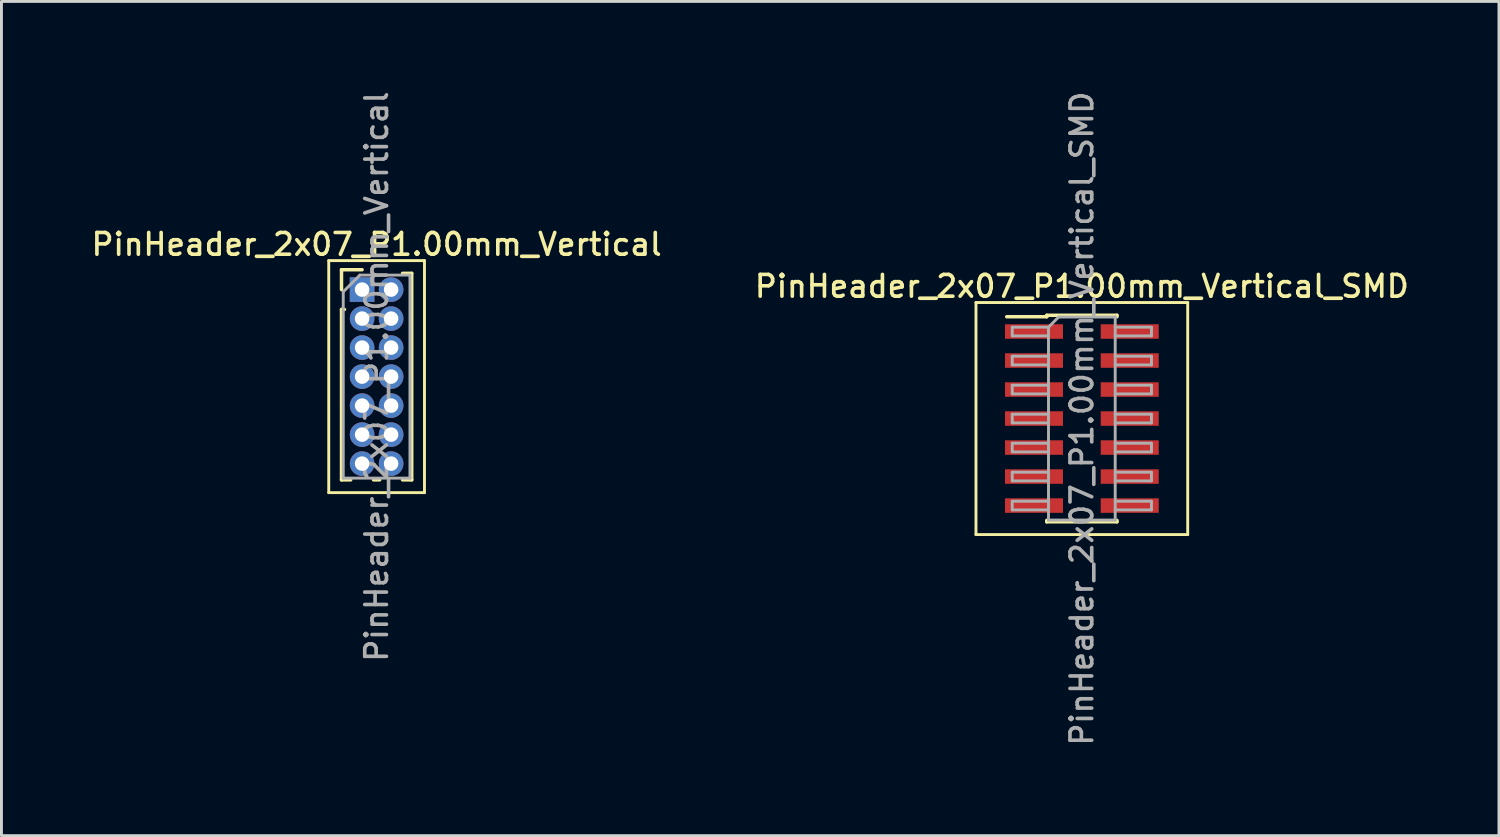
<source format=kicad_pcb>
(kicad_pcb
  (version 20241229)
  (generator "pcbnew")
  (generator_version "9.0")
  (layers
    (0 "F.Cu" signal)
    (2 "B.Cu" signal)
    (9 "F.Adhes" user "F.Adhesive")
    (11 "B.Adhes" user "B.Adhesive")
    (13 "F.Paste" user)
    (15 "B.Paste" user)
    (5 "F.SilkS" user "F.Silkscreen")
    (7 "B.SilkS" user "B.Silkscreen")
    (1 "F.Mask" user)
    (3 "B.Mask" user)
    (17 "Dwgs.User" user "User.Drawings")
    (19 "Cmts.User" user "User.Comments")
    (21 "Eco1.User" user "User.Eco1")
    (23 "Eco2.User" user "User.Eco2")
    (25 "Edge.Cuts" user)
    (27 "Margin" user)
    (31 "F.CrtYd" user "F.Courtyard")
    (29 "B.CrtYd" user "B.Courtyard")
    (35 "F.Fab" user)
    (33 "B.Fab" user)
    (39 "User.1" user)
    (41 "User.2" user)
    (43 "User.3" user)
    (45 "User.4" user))
  (footprint "PinHeader_2x07_P1.00mm_Vertical_SMD"
    (layer "F.Cu")
    (at 34.248 11.38)
    (property "Reference" "PinHeader_2x07_P1.00mm_Vertical_SMD" (at 0 -4.56 0) (layer "F.SilkS") (effects (font (size 0.75 0.75) (thickness 0.125))))
    (attr smd)
    (fp_line (start -3.65 -4) (end -3.65 4) (stroke (width 0.1) (type solid)) (layer "F.SilkS"))
    (fp_line (start -3.65 4) (end 3.65 4) (stroke (width 0.1) (type solid)) (layer "F.SilkS"))
    (fp_line (start -2.59 -3.51) (end -1.21 -3.51) (stroke (width 0.12) (type solid)) (layer "F.SilkS"))
    (fp_line (start -1.21 -3.56) (end -1.21 -3.51) (stroke (width 0.12) (type solid)) (layer "F.SilkS"))
    (fp_line (start -1.21 -3.56) (end 1.21 -3.56) (stroke (width 0.12) (type solid)) (layer "F.SilkS"))
    (fp_line (start -1.21 3.51) (end -1.21 3.56) (stroke (width 0.12) (type solid)) (layer "F.SilkS"))
    (fp_line (start -1.21 3.56) (end 1.21 3.56) (stroke (width 0.12) (type solid)) (layer "F.SilkS"))
    (fp_line (start 1.21 -3.56) (end 1.21 -3.51) (stroke (width 0.12) (type solid)) (layer "F.SilkS"))
    (fp_line (start 1.21 3.51) (end 1.21 3.56) (stroke (width 0.12) (type solid)) (layer "F.SilkS"))
    (fp_line (start 3.65 -4) (end -3.65 -4) (stroke (width 0.1) (type solid)) (layer "F.SilkS"))
    (fp_line (start 3.65 4) (end 3.65 -4) (stroke (width 0.1) (type solid)) (layer "F.SilkS"))
    (fp_line (start -2.4 -3.15) (end -2.4 -2.85) (stroke (width 0.1) (type solid)) (layer "F.Fab"))
    (fp_line (start -2.4 -2.85) (end -1.15 -2.85) (stroke (width 0.1) (type solid)) (layer "F.Fab"))
    (fp_line (start -2.4 -2.15) (end -2.4 -1.85) (stroke (width 0.1) (type solid)) (layer "F.Fab"))
    (fp_line (start -2.4 -1.85) (end -1.15 -1.85) (stroke (width 0.1) (type solid)) (layer "F.Fab"))
    (fp_line (start -2.4 -1.15) (end -2.4 -0.85) (stroke (width 0.1) (type solid)) (layer "F.Fab"))
    (fp_line (start -2.4 -0.85) (end -1.15 -0.85) (stroke (width 0.1) (type solid)) (layer "F.Fab"))
    (fp_line (start -2.4 -0.15) (end -2.4 0.15) (stroke (width 0.1) (type solid)) (layer "F.Fab"))
    (fp_line (start -2.4 0.15) (end -1.15 0.15) (stroke (width 0.1) (type solid)) (layer "F.Fab"))
    (fp_line (start -2.4 0.85) (end -2.4 1.15) (stroke (width 0.1) (type solid)) (layer "F.Fab"))
    (fp_line (start -2.4 1.15) (end -1.15 1.15) (stroke (width 0.1) (type solid)) (layer "F.Fab"))
    (fp_line (start -2.4 1.85) (end -2.4 2.15) (stroke (width 0.1) (type solid)) (layer "F.Fab"))
    (fp_line (start -2.4 2.15) (end -1.15 2.15) (stroke (width 0.1) (type solid)) (layer "F.Fab"))
    (fp_line (start -2.4 2.85) (end -2.4 3.15) (stroke (width 0.1) (type solid)) (layer "F.Fab"))
    (fp_line (start -2.4 3.15) (end -1.15 3.15) (stroke (width 0.1) (type solid)) (layer "F.Fab"))
    (fp_line (start -1.15 -3.15) (end -2.4 -3.15) (stroke (width 0.1) (type solid)) (layer "F.Fab"))
    (fp_line (start -1.15 -3.15) (end -0.8 -3.5) (stroke (width 0.1) (type solid)) (layer "F.Fab"))
    (fp_line (start -1.15 -2.15) (end -2.4 -2.15) (stroke (width 0.1) (type solid)) (layer "F.Fab"))
    (fp_line (start -1.15 -1.15) (end -2.4 -1.15) (stroke (width 0.1) (type solid)) (layer "F.Fab"))
    (fp_line (start -1.15 -0.15) (end -2.4 -0.15) (stroke (width 0.1) (type solid)) (layer "F.Fab"))
    (fp_line (start -1.15 0.85) (end -2.4 0.85) (stroke (width 0.1) (type solid)) (layer "F.Fab"))
    (fp_line (start -1.15 1.85) (end -2.4 1.85) (stroke (width 0.1) (type solid)) (layer "F.Fab"))
    (fp_line (start -1.15 2.85) (end -2.4 2.85) (stroke (width 0.1) (type solid)) (layer "F.Fab"))
    (fp_line (start -1.15 3.5) (end -1.15 -3.15) (stroke (width 0.1) (type solid)) (layer "F.Fab"))
    (fp_line (start -0.8 -3.5) (end 1.15 -3.5) (stroke (width 0.1) (type solid)) (layer "F.Fab"))
    (fp_line (start 1.15 -3.5) (end 1.15 3.5) (stroke (width 0.1) (type solid)) (layer "F.Fab"))
    (fp_line (start 1.15 -3.15) (end 2.4 -3.15) (stroke (width 0.1) (type solid)) (layer "F.Fab"))
    (fp_line (start 1.15 -2.15) (end 2.4 -2.15) (stroke (width 0.1) (type solid)) (layer "F.Fab"))
    (fp_line (start 1.15 -1.15) (end 2.4 -1.15) (stroke (width 0.1) (type solid)) (layer "F.Fab"))
    (fp_line (start 1.15 -0.15) (end 2.4 -0.15) (stroke (width 0.1) (type solid)) (layer "F.Fab"))
    (fp_line (start 1.15 0.85) (end 2.4 0.85) (stroke (width 0.1) (type solid)) (layer "F.Fab"))
    (fp_line (start 1.15 1.85) (end 2.4 1.85) (stroke (width 0.1) (type solid)) (layer "F.Fab"))
    (fp_line (start 1.15 2.85) (end 2.4 2.85) (stroke (width 0.1) (type solid)) (layer "F.Fab"))
    (fp_line (start 1.15 3.5) (end -1.15 3.5) (stroke (width 0.1) (type solid)) (layer "F.Fab"))
    (fp_line (start 2.4 -3.15) (end 2.4 -2.85) (stroke (width 0.1) (type solid)) (layer "F.Fab"))
    (fp_line (start 2.4 -2.85) (end 1.15 -2.85) (stroke (width 0.1) (type solid)) (layer "F.Fab"))
    (fp_line (start 2.4 -2.15) (end 2.4 -1.85) (stroke (width 0.1) (type solid)) (layer "F.Fab"))
    (fp_line (start 2.4 -1.85) (end 1.15 -1.85) (stroke (width 0.1) (type solid)) (layer "F.Fab"))
    (fp_line (start 2.4 -1.15) (end 2.4 -0.85) (stroke (width 0.1) (type solid)) (layer "F.Fab"))
    (fp_line (start 2.4 -0.85) (end 1.15 -0.85) (stroke (width 0.1) (type solid)) (layer "F.Fab"))
    (fp_line (start 2.4 -0.15) (end 2.4 0.15) (stroke (width 0.1) (type solid)) (layer "F.Fab"))
    (fp_line (start 2.4 0.15) (end 1.15 0.15) (stroke (width 0.1) (type solid)) (layer "F.Fab"))
    (fp_line (start 2.4 0.85) (end 2.4 1.15) (stroke (width 0.1) (type solid)) (layer "F.Fab"))
    (fp_line (start 2.4 1.15) (end 1.15 1.15) (stroke (width 0.1) (type solid)) (layer "F.Fab"))
    (fp_line (start 2.4 1.85) (end 2.4 2.15) (stroke (width 0.1) (type solid)) (layer "F.Fab"))
    (fp_line (start 2.4 2.15) (end 1.15 2.15) (stroke (width 0.1) (type solid)) (layer "F.Fab"))
    (fp_line (start 2.4 2.85) (end 2.4 3.15) (stroke (width 0.1) (type solid)) (layer "F.Fab"))
    (fp_line (start 2.4 3.15) (end 1.15 3.15) (stroke (width 0.1) (type solid)) (layer "F.Fab"))
    (fp_text user "${REFERENCE}" (at 0 0 90) (layer "F.Fab") (effects (font (size 0.75 0.75) (thickness 0.125))))
    (pad "1" smd rect (at -1.65 -3) (size 2 0.5) (layers "F.Cu" "F.Mask" "F.Paste"))
    (pad "2" smd rect (at 1.65 -3) (size 2 0.5) (layers "F.Cu" "F.Mask" "F.Paste"))
    (pad "3" smd rect (at -1.65 -2) (size 2 0.5) (layers "F.Cu" "F.Mask" "F.Paste"))
    (pad "4" smd rect (at 1.65 -2) (size 2 0.5) (layers "F.Cu" "F.Mask" "F.Paste"))
    (pad "5" smd rect (at -1.65 -1) (size 2 0.5) (layers "F.Cu" "F.Mask" "F.Paste"))
    (pad "6" smd rect (at 1.65 -1) (size 2 0.5) (layers "F.Cu" "F.Mask" "F.Paste"))
    (pad "7" smd rect (at -1.65 0) (size 2 0.5) (layers "F.Cu" "F.Mask" "F.Paste"))
    (pad "8" smd rect (at 1.65 0) (size 2 0.5) (layers "F.Cu" "F.Mask" "F.Paste"))
    (pad "9" smd rect (at -1.65 1) (size 2 0.5) (layers "F.Cu" "F.Mask" "F.Paste"))
    (pad "10" smd rect (at 1.65 1) (size 2 0.5) (layers "F.Cu" "F.Mask" "F.Paste"))
    (pad "11" smd rect (at -1.65 2) (size 2 0.5) (layers "F.Cu" "F.Mask" "F.Paste"))
    (pad "12" smd rect (at 1.65 2) (size 2 0.5) (layers "F.Cu" "F.Mask" "F.Paste"))
    (pad "13" smd rect (at -1.65 3) (size 2 0.5) (layers "F.Cu" "F.Mask" "F.Paste"))
    (pad "14" smd rect (at 1.65 3) (size 2 0.5) (layers "F.Cu" "F.Mask" "F.Paste")))
  (footprint "PinHeader_2x07_P1.00mm_Vertical"
    (layer "F.Cu")
    (at 9.434 6.934)
    (property "Reference" "PinHeader_2x07_P1.00mm_Vertical" (at 0.5 -1.56 0) (layer "F.SilkS") (effects (font (size 0.75 0.75) (thickness 0.125))))
    (attr through_hole)
    (fp_line (start -1.15 -1) (end -1.15 7) (stroke (width 0.1) (type solid)) (layer "F.SilkS"))
    (fp_line (start -1.15 7) (end 2.15 7) (stroke (width 0.1) (type solid)) (layer "F.SilkS"))
    (fp_line (start -0.71 -0.685) (end 0 -0.685) (stroke (width 0.12) (type solid)) (layer "F.SilkS"))
    (fp_line (start -0.71 0) (end -0.71 -0.685) (stroke (width 0.12) (type solid)) (layer "F.SilkS"))
    (fp_line (start -0.71 0.685) (end -0.71 6.56) (stroke (width 0.12) (type solid)) (layer "F.SilkS"))
    (fp_line (start -0.71 0.685) (end -0.608 0.685) (stroke (width 0.12) (type solid)) (layer "F.SilkS"))
    (fp_line (start -0.71 6.56) (end -0.394 6.56) (stroke (width 0.12) (type solid)) (layer "F.SilkS"))
    (fp_line (start 0.394 6.56) (end 0.606 6.56) (stroke (width 0.12) (type solid)) (layer "F.SilkS"))
    (fp_line (start 1.394 -0.56) (end 1.71 -0.56) (stroke (width 0.12) (type solid)) (layer "F.SilkS"))
    (fp_line (start 1.394 6.56) (end 1.71 6.56) (stroke (width 0.12) (type solid)) (layer "F.SilkS"))
    (fp_line (start 1.71 -0.56) (end 1.71 6.56) (stroke (width 0.12) (type solid)) (layer "F.SilkS"))
    (fp_line (start 2.15 -1) (end -1.15 -1) (stroke (width 0.1) (type solid)) (layer "F.SilkS"))
    (fp_line (start 2.15 7) (end 2.15 -1) (stroke (width 0.1) (type solid)) (layer "F.SilkS"))
    (fp_line (start -0.65 0.075) (end -0.075 -0.5) (stroke (width 0.1) (type solid)) (layer "F.Fab"))
    (fp_line (start -0.65 6.5) (end -0.65 0.075) (stroke (width 0.1) (type solid)) (layer "F.Fab"))
    (fp_line (start -0.075 -0.5) (end 1.65 -0.5) (stroke (width 0.1) (type solid)) (layer "F.Fab"))
    (fp_line (start 1.65 -0.5) (end 1.65 6.5) (stroke (width 0.1) (type solid)) (layer "F.Fab"))
    (fp_line (start 1.65 6.5) (end -0.65 6.5) (stroke (width 0.1) (type solid)) (layer "F.Fab"))
    (fp_text user "${REFERENCE}" (at 0.5 3 90) (layer "F.Fab") (effects (font (size 0.75 0.75) (thickness 0.125))))
    (pad "1" thru_hole rect (at 0 0) (size 0.85 0.85) (drill 0.5) (layers "*.Cu" "*.Mask"))
    (pad "2" thru_hole oval (at 1 0) (size 0.85 0.85) (drill 0.5) (layers "*.Cu" "*.Mask"))
    (pad "3" thru_hole oval (at 0 1) (size 0.85 0.85) (drill 0.5) (layers "*.Cu" "*.Mask"))
    (pad "4" thru_hole oval (at 1 1) (size 0.85 0.85) (drill 0.5) (layers "*.Cu" "*.Mask"))
    (pad "5" thru_hole oval (at 0 2) (size 0.85 0.85) (drill 0.5) (layers "*.Cu" "*.Mask"))
    (pad "6" thru_hole oval (at 1 2) (size 0.85 0.85) (drill 0.5) (layers "*.Cu" "*.Mask"))
    (pad "7" thru_hole oval (at 0 3) (size 0.85 0.85) (drill 0.5) (layers "*.Cu" "*.Mask"))
    (pad "8" thru_hole oval (at 1 3) (size 0.85 0.85) (drill 0.5) (layers "*.Cu" "*.Mask"))
    (pad "9" thru_hole oval (at 0 4) (size 0.85 0.85) (drill 0.5) (layers "*.Cu" "*.Mask"))
    (pad "10" thru_hole oval (at 1 4) (size 0.85 0.85) (drill 0.5) (layers "*.Cu" "*.Mask"))
    (pad "11" thru_hole oval (at 0 5) (size 0.85 0.85) (drill 0.5) (layers "*.Cu" "*.Mask"))
    (pad "12" thru_hole oval (at 1 5) (size 0.85 0.85) (drill 0.5) (layers "*.Cu" "*.Mask"))
    (pad "13" thru_hole oval (at 0 6) (size 0.85 0.85) (drill 0.5) (layers "*.Cu" "*.Mask"))
    (pad "14" thru_hole oval (at 1 6) (size 0.85 0.85) (drill 0.5) (layers "*.Cu" "*.Mask")))
  (gr_rect
    (start -3 -3)
    (end 48.629 25.761)
    (stroke (width 0.1) (type default))
    (fill no)
    (layer "Edge.Cuts")))
</source>
